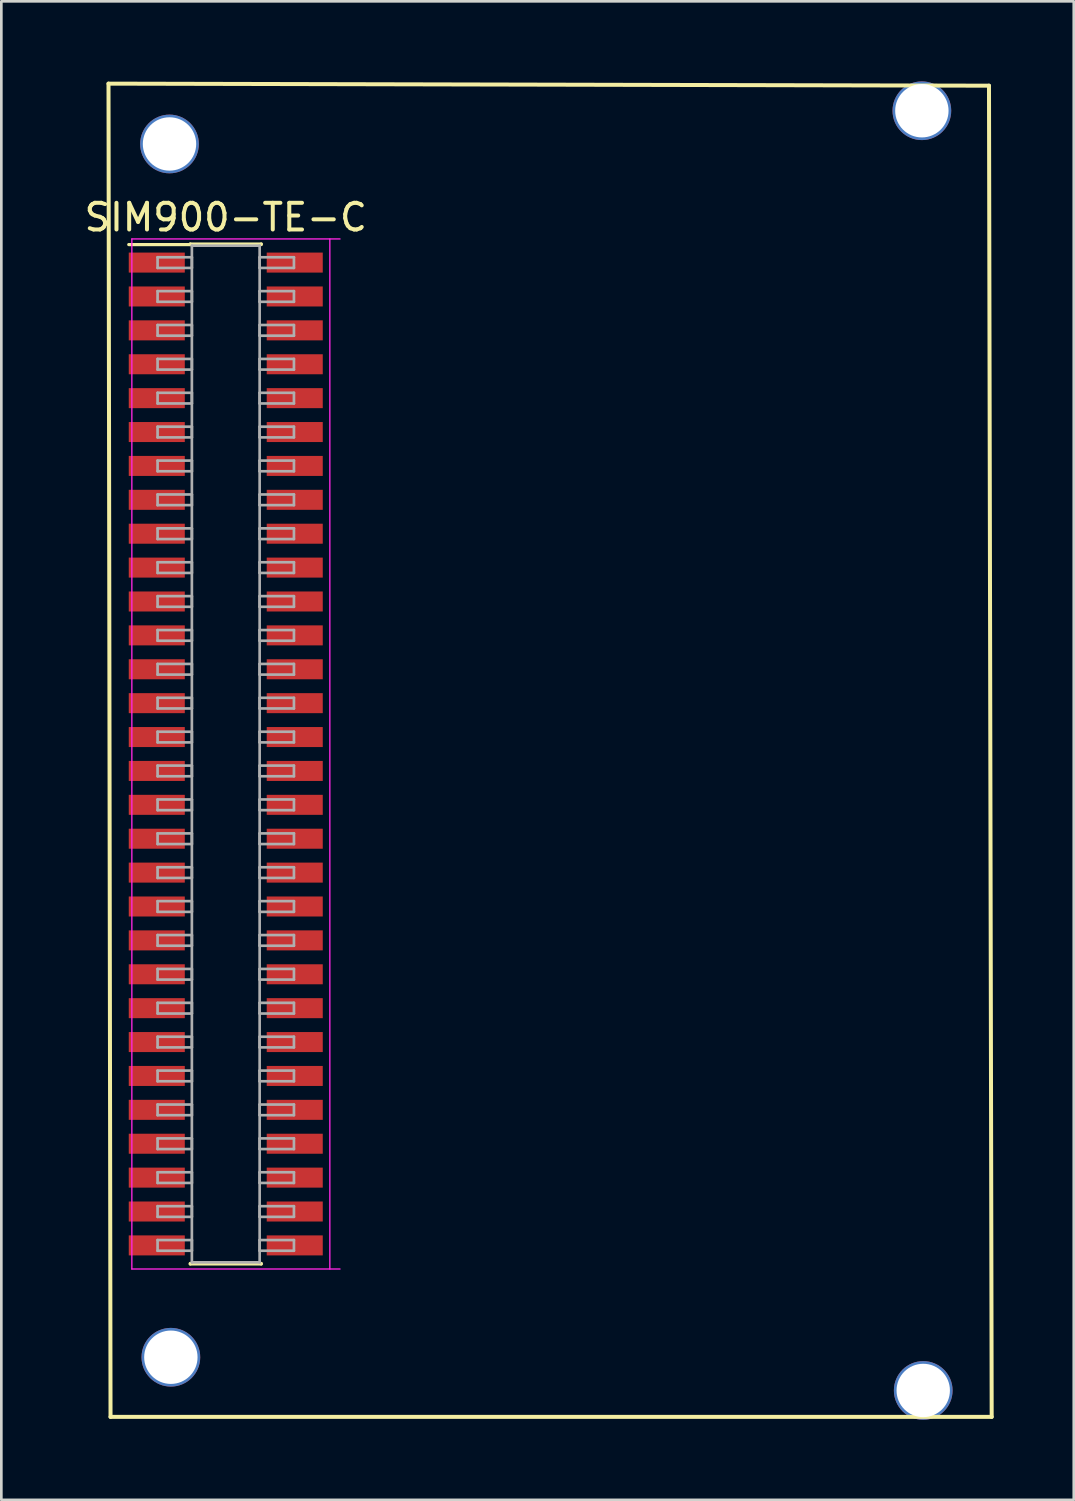
<source format=kicad_pcb>
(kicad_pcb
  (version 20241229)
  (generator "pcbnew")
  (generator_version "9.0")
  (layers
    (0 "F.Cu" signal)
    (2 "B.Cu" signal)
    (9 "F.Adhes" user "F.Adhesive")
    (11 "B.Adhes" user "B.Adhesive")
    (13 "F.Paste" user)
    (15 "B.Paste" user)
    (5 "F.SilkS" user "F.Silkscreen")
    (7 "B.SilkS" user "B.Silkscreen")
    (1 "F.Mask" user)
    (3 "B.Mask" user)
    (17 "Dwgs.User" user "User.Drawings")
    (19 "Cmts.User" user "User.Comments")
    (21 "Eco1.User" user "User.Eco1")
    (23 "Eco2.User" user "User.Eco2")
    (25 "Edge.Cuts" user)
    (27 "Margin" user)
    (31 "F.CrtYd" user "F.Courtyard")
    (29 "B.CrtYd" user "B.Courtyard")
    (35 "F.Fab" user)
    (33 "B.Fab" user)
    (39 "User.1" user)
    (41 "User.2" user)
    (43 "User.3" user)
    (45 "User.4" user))
  (footprint "SIM900-TE-C"
    (layer "F.Cu")
    (at 7.29 21.522)
    (property "Reference" "SIM900-TE-C" (at -1.88 -16.427 0) (layer "F.SilkS") (effects (font (size 1 1) (thickness 0.15))))
    (attr smd)
    (fp_line (start -6.274 -21.438) (end 26.721 -21.361) (stroke (width 0.15) (type solid)) (layer "F.SilkS"))
    (fp_line (start -6.198 28.524) (end -6.274 -21.438) (stroke (width 0.15) (type solid)) (layer "F.SilkS"))
    (fp_line (start -5.515 -15.407) (end -3.21 -15.407) (stroke (width 0.12) (type solid)) (layer "F.SilkS"))
    (fp_line (start -3.21 -15.427) (end -0.55 -15.427) (stroke (width 0.12) (type solid)) (layer "F.SilkS"))
    (fp_line (start -3.21 -15.407) (end -3.21 -15.427) (stroke (width 0.12) (type solid)) (layer "F.SilkS"))
    (fp_line (start -3.21 22.773) (end -3.21 22.793) (stroke (width 0.12) (type solid)) (layer "F.SilkS"))
    (fp_line (start -3.21 22.793) (end -0.55 22.793) (stroke (width 0.12) (type solid)) (layer "F.SilkS"))
    (fp_line (start -0.55 -15.427) (end -0.55 -15.407) (stroke (width 0.12) (type solid)) (layer "F.SilkS"))
    (fp_line (start -0.55 22.793) (end -0.55 22.773) (stroke (width 0.12) (type solid)) (layer "F.SilkS"))
    (fp_line (start 26.721 -21.361) (end 26.822 28.524) (stroke (width 0.15) (type solid)) (layer "F.SilkS"))
    (fp_line (start 26.822 28.524) (end -6.198 28.524) (stroke (width 0.15) (type solid)) (layer "F.SilkS"))
    (fp_line (start -5.399 -15.617) (end -5.399 22.983) (stroke (width 0.05) (type solid)) (layer "F.CrtYd"))
    (fp_line (start -5.399 22.983) (end 2.401 22.983) (stroke (width 0.05) (type solid)) (layer "F.CrtYd"))
    (fp_line (start 2.02 22.983) (end 2.02 -15.617) (stroke (width 0.05) (type solid)) (layer "F.CrtYd"))
    (fp_line (start 2.401 -15.617) (end -5.399 -15.617) (stroke (width 0.05) (type solid)) (layer "F.CrtYd"))
    (fp_line (start -4.435 -14.932) (end -3.15 -14.932) (stroke (width 0.1) (type solid)) (layer "F.Fab"))
    (fp_line (start -4.435 -14.532) (end -4.435 -14.932) (stroke (width 0.1) (type solid)) (layer "F.Fab"))
    (fp_line (start -4.435 -13.662) (end -3.15 -13.662) (stroke (width 0.1) (type solid)) (layer "F.Fab"))
    (fp_line (start -4.435 -13.262) (end -4.435 -13.662) (stroke (width 0.1) (type solid)) (layer "F.Fab"))
    (fp_line (start -4.435 -12.392) (end -3.15 -12.392) (stroke (width 0.1) (type solid)) (layer "F.Fab"))
    (fp_line (start -4.435 -11.992) (end -4.435 -12.392) (stroke (width 0.1) (type solid)) (layer "F.Fab"))
    (fp_line (start -4.435 -11.122) (end -3.15 -11.122) (stroke (width 0.1) (type solid)) (layer "F.Fab"))
    (fp_line (start -4.435 -10.722) (end -4.435 -11.122) (stroke (width 0.1) (type solid)) (layer "F.Fab"))
    (fp_line (start -4.435 -9.852) (end -3.15 -9.852) (stroke (width 0.1) (type solid)) (layer "F.Fab"))
    (fp_line (start -4.435 -9.452) (end -4.435 -9.852) (stroke (width 0.1) (type solid)) (layer "F.Fab"))
    (fp_line (start -4.435 -8.582) (end -3.15 -8.582) (stroke (width 0.1) (type solid)) (layer "F.Fab"))
    (fp_line (start -4.435 -8.182) (end -4.435 -8.582) (stroke (width 0.1) (type solid)) (layer "F.Fab"))
    (fp_line (start -4.435 -7.312) (end -3.15 -7.312) (stroke (width 0.1) (type solid)) (layer "F.Fab"))
    (fp_line (start -4.435 -6.912) (end -4.435 -7.312) (stroke (width 0.1) (type solid)) (layer "F.Fab"))
    (fp_line (start -4.435 -6.042) (end -3.15 -6.042) (stroke (width 0.1) (type solid)) (layer "F.Fab"))
    (fp_line (start -4.435 -5.642) (end -4.435 -6.042) (stroke (width 0.1) (type solid)) (layer "F.Fab"))
    (fp_line (start -4.435 -4.772) (end -3.15 -4.772) (stroke (width 0.1) (type solid)) (layer "F.Fab"))
    (fp_line (start -4.435 -4.372) (end -4.435 -4.772) (stroke (width 0.1) (type solid)) (layer "F.Fab"))
    (fp_line (start -4.435 -3.502) (end -3.15 -3.502) (stroke (width 0.1) (type solid)) (layer "F.Fab"))
    (fp_line (start -4.435 -3.102) (end -4.435 -3.502) (stroke (width 0.1) (type solid)) (layer "F.Fab"))
    (fp_line (start -4.435 -2.232) (end -3.15 -2.232) (stroke (width 0.1) (type solid)) (layer "F.Fab"))
    (fp_line (start -4.435 -1.832) (end -4.435 -2.232) (stroke (width 0.1) (type solid)) (layer "F.Fab"))
    (fp_line (start -4.435 -0.962) (end -3.15 -0.962) (stroke (width 0.1) (type solid)) (layer "F.Fab"))
    (fp_line (start -4.435 -0.562) (end -4.435 -0.962) (stroke (width 0.1) (type solid)) (layer "F.Fab"))
    (fp_line (start -4.435 0.308) (end -3.15 0.308) (stroke (width 0.1) (type solid)) (layer "F.Fab"))
    (fp_line (start -4.435 0.708) (end -4.435 0.308) (stroke (width 0.1) (type solid)) (layer "F.Fab"))
    (fp_line (start -4.435 1.578) (end -3.15 1.578) (stroke (width 0.1) (type solid)) (layer "F.Fab"))
    (fp_line (start -4.435 1.978) (end -4.435 1.578) (stroke (width 0.1) (type solid)) (layer "F.Fab"))
    (fp_line (start -4.435 2.848) (end -3.15 2.848) (stroke (width 0.1) (type solid)) (layer "F.Fab"))
    (fp_line (start -4.435 3.248) (end -4.435 2.848) (stroke (width 0.1) (type solid)) (layer "F.Fab"))
    (fp_line (start -4.435 4.118) (end -3.15 4.118) (stroke (width 0.1) (type solid)) (layer "F.Fab"))
    (fp_line (start -4.435 4.518) (end -4.435 4.118) (stroke (width 0.1) (type solid)) (layer "F.Fab"))
    (fp_line (start -4.435 5.388) (end -3.15 5.388) (stroke (width 0.1) (type solid)) (layer "F.Fab"))
    (fp_line (start -4.435 5.788) (end -4.435 5.388) (stroke (width 0.1) (type solid)) (layer "F.Fab"))
    (fp_line (start -4.435 6.658) (end -3.15 6.658) (stroke (width 0.1) (type solid)) (layer "F.Fab"))
    (fp_line (start -4.435 7.058) (end -4.435 6.658) (stroke (width 0.1) (type solid)) (layer "F.Fab"))
    (fp_line (start -4.435 7.928) (end -3.15 7.928) (stroke (width 0.1) (type solid)) (layer "F.Fab"))
    (fp_line (start -4.435 8.328) (end -4.435 7.928) (stroke (width 0.1) (type solid)) (layer "F.Fab"))
    (fp_line (start -4.435 9.198) (end -3.15 9.198) (stroke (width 0.1) (type solid)) (layer "F.Fab"))
    (fp_line (start -4.435 9.598) (end -4.435 9.198) (stroke (width 0.1) (type solid)) (layer "F.Fab"))
    (fp_line (start -4.435 10.468) (end -3.15 10.468) (stroke (width 0.1) (type solid)) (layer "F.Fab"))
    (fp_line (start -4.435 10.868) (end -4.435 10.468) (stroke (width 0.1) (type solid)) (layer "F.Fab"))
    (fp_line (start -4.435 11.738) (end -3.15 11.738) (stroke (width 0.1) (type solid)) (layer "F.Fab"))
    (fp_line (start -4.435 12.138) (end -4.435 11.738) (stroke (width 0.1) (type solid)) (layer "F.Fab"))
    (fp_line (start -4.435 13.008) (end -3.15 13.008) (stroke (width 0.1) (type solid)) (layer "F.Fab"))
    (fp_line (start -4.435 13.408) (end -4.435 13.008) (stroke (width 0.1) (type solid)) (layer "F.Fab"))
    (fp_line (start -4.435 14.278) (end -3.15 14.278) (stroke (width 0.1) (type solid)) (layer "F.Fab"))
    (fp_line (start -4.435 14.678) (end -4.435 14.278) (stroke (width 0.1) (type solid)) (layer "F.Fab"))
    (fp_line (start -4.435 15.548) (end -3.15 15.548) (stroke (width 0.1) (type solid)) (layer "F.Fab"))
    (fp_line (start -4.435 15.948) (end -4.435 15.548) (stroke (width 0.1) (type solid)) (layer "F.Fab"))
    (fp_line (start -4.435 16.818) (end -3.15 16.818) (stroke (width 0.1) (type solid)) (layer "F.Fab"))
    (fp_line (start -4.435 17.218) (end -4.435 16.818) (stroke (width 0.1) (type solid)) (layer "F.Fab"))
    (fp_line (start -4.435 18.088) (end -3.15 18.088) (stroke (width 0.1) (type solid)) (layer "F.Fab"))
    (fp_line (start -4.435 18.488) (end -4.435 18.088) (stroke (width 0.1) (type solid)) (layer "F.Fab"))
    (fp_line (start -4.435 19.358) (end -3.15 19.358) (stroke (width 0.1) (type solid)) (layer "F.Fab"))
    (fp_line (start -4.435 19.758) (end -4.435 19.358) (stroke (width 0.1) (type solid)) (layer "F.Fab"))
    (fp_line (start -4.435 20.628) (end -3.15 20.628) (stroke (width 0.1) (type solid)) (layer "F.Fab"))
    (fp_line (start -4.435 21.028) (end -4.435 20.628) (stroke (width 0.1) (type solid)) (layer "F.Fab"))
    (fp_line (start -4.435 21.898) (end -3.15 21.898) (stroke (width 0.1) (type solid)) (layer "F.Fab"))
    (fp_line (start -4.435 22.298) (end -4.435 21.898) (stroke (width 0.1) (type solid)) (layer "F.Fab"))
    (fp_line (start -3.15 -15.367) (end -3.15 22.733) (stroke (width 0.1) (type solid)) (layer "F.Fab"))
    (fp_line (start -3.15 -14.932) (end -3.15 -14.532) (stroke (width 0.1) (type solid)) (layer "F.Fab"))
    (fp_line (start -3.15 -14.532) (end -4.435 -14.532) (stroke (width 0.1) (type solid)) (layer "F.Fab"))
    (fp_line (start -3.15 -13.662) (end -3.15 -13.262) (stroke (width 0.1) (type solid)) (layer "F.Fab"))
    (fp_line (start -3.15 -13.262) (end -4.435 -13.262) (stroke (width 0.1) (type solid)) (layer "F.Fab"))
    (fp_line (start -3.15 -12.392) (end -3.15 -11.992) (stroke (width 0.1) (type solid)) (layer "F.Fab"))
    (fp_line (start -3.15 -11.992) (end -4.435 -11.992) (stroke (width 0.1) (type solid)) (layer "F.Fab"))
    (fp_line (start -3.15 -11.122) (end -3.15 -10.722) (stroke (width 0.1) (type solid)) (layer "F.Fab"))
    (fp_line (start -3.15 -10.722) (end -4.435 -10.722) (stroke (width 0.1) (type solid)) (layer "F.Fab"))
    (fp_line (start -3.15 -9.852) (end -3.15 -9.452) (stroke (width 0.1) (type solid)) (layer "F.Fab"))
    (fp_line (start -3.15 -9.452) (end -4.435 -9.452) (stroke (width 0.1) (type solid)) (layer "F.Fab"))
    (fp_line (start -3.15 -8.582) (end -3.15 -8.182) (stroke (width 0.1) (type solid)) (layer "F.Fab"))
    (fp_line (start -3.15 -8.182) (end -4.435 -8.182) (stroke (width 0.1) (type solid)) (layer "F.Fab"))
    (fp_line (start -3.15 -7.312) (end -3.15 -6.912) (stroke (width 0.1) (type solid)) (layer "F.Fab"))
    (fp_line (start -3.15 -6.912) (end -4.435 -6.912) (stroke (width 0.1) (type solid)) (layer "F.Fab"))
    (fp_line (start -3.15 -6.042) (end -3.15 -5.642) (stroke (width 0.1) (type solid)) (layer "F.Fab"))
    (fp_line (start -3.15 -5.642) (end -4.435 -5.642) (stroke (width 0.1) (type solid)) (layer "F.Fab"))
    (fp_line (start -3.15 -4.772) (end -3.15 -4.372) (stroke (width 0.1) (type solid)) (layer "F.Fab"))
    (fp_line (start -3.15 -4.372) (end -4.435 -4.372) (stroke (width 0.1) (type solid)) (layer "F.Fab"))
    (fp_line (start -3.15 -3.502) (end -3.15 -3.102) (stroke (width 0.1) (type solid)) (layer "F.Fab"))
    (fp_line (start -3.15 -3.102) (end -4.435 -3.102) (stroke (width 0.1) (type solid)) (layer "F.Fab"))
    (fp_line (start -3.15 -2.232) (end -3.15 -1.832) (stroke (width 0.1) (type solid)) (layer "F.Fab"))
    (fp_line (start -3.15 -1.832) (end -4.435 -1.832) (stroke (width 0.1) (type solid)) (layer "F.Fab"))
    (fp_line (start -3.15 -0.962) (end -3.15 -0.562) (stroke (width 0.1) (type solid)) (layer "F.Fab"))
    (fp_line (start -3.15 -0.562) (end -4.435 -0.562) (stroke (width 0.1) (type solid)) (layer "F.Fab"))
    (fp_line (start -3.15 0.308) (end -3.15 0.708) (stroke (width 0.1) (type solid)) (layer "F.Fab"))
    (fp_line (start -3.15 0.708) (end -4.435 0.708) (stroke (width 0.1) (type solid)) (layer "F.Fab"))
    (fp_line (start -3.15 1.578) (end -3.15 1.978) (stroke (width 0.1) (type solid)) (layer "F.Fab"))
    (fp_line (start -3.15 1.978) (end -4.435 1.978) (stroke (width 0.1) (type solid)) (layer "F.Fab"))
    (fp_line (start -3.15 2.848) (end -3.15 3.248) (stroke (width 0.1) (type solid)) (layer "F.Fab"))
    (fp_line (start -3.15 3.248) (end -4.435 3.248) (stroke (width 0.1) (type solid)) (layer "F.Fab"))
    (fp_line (start -3.15 4.118) (end -3.15 4.518) (stroke (width 0.1) (type solid)) (layer "F.Fab"))
    (fp_line (start -3.15 4.518) (end -4.435 4.518) (stroke (width 0.1) (type solid)) (layer "F.Fab"))
    (fp_line (start -3.15 5.388) (end -3.15 5.788) (stroke (width 0.1) (type solid)) (layer "F.Fab"))
    (fp_line (start -3.15 5.788) (end -4.435 5.788) (stroke (width 0.1) (type solid)) (layer "F.Fab"))
    (fp_line (start -3.15 6.658) (end -3.15 7.058) (stroke (width 0.1) (type solid)) (layer "F.Fab"))
    (fp_line (start -3.15 7.058) (end -4.435 7.058) (stroke (width 0.1) (type solid)) (layer "F.Fab"))
    (fp_line (start -3.15 7.928) (end -3.15 8.328) (stroke (width 0.1) (type solid)) (layer "F.Fab"))
    (fp_line (start -3.15 8.328) (end -4.435 8.328) (stroke (width 0.1) (type solid)) (layer "F.Fab"))
    (fp_line (start -3.15 9.198) (end -3.15 9.598) (stroke (width 0.1) (type solid)) (layer "F.Fab"))
    (fp_line (start -3.15 9.598) (end -4.435 9.598) (stroke (width 0.1) (type solid)) (layer "F.Fab"))
    (fp_line (start -3.15 10.468) (end -3.15 10.868) (stroke (width 0.1) (type solid)) (layer "F.Fab"))
    (fp_line (start -3.15 10.868) (end -4.435 10.868) (stroke (width 0.1) (type solid)) (layer "F.Fab"))
    (fp_line (start -3.15 11.738) (end -3.15 12.138) (stroke (width 0.1) (type solid)) (layer "F.Fab"))
    (fp_line (start -3.15 12.138) (end -4.435 12.138) (stroke (width 0.1) (type solid)) (layer "F.Fab"))
    (fp_line (start -3.15 13.008) (end -3.15 13.408) (stroke (width 0.1) (type solid)) (layer "F.Fab"))
    (fp_line (start -3.15 13.408) (end -4.435 13.408) (stroke (width 0.1) (type solid)) (layer "F.Fab"))
    (fp_line (start -3.15 14.278) (end -3.15 14.678) (stroke (width 0.1) (type solid)) (layer "F.Fab"))
    (fp_line (start -3.15 14.678) (end -4.435 14.678) (stroke (width 0.1) (type solid)) (layer "F.Fab"))
    (fp_line (start -3.15 15.548) (end -3.15 15.948) (stroke (width 0.1) (type solid)) (layer "F.Fab"))
    (fp_line (start -3.15 15.948) (end -4.435 15.948) (stroke (width 0.1) (type solid)) (layer "F.Fab"))
    (fp_line (start -3.15 16.818) (end -3.15 17.218) (stroke (width 0.1) (type solid)) (layer "F.Fab"))
    (fp_line (start -3.15 17.218) (end -4.435 17.218) (stroke (width 0.1) (type solid)) (layer "F.Fab"))
    (fp_line (start -3.15 18.088) (end -3.15 18.488) (stroke (width 0.1) (type solid)) (layer "F.Fab"))
    (fp_line (start -3.15 18.488) (end -4.435 18.488) (stroke (width 0.1) (type solid)) (layer "F.Fab"))
    (fp_line (start -3.15 19.358) (end -3.15 19.758) (stroke (width 0.1) (type solid)) (layer "F.Fab"))
    (fp_line (start -3.15 19.758) (end -4.435 19.758) (stroke (width 0.1) (type solid)) (layer "F.Fab"))
    (fp_line (start -3.15 20.628) (end -3.15 21.028) (stroke (width 0.1) (type solid)) (layer "F.Fab"))
    (fp_line (start -3.15 21.028) (end -4.435 21.028) (stroke (width 0.1) (type solid)) (layer "F.Fab"))
    (fp_line (start -3.15 21.898) (end -3.15 22.298) (stroke (width 0.1) (type solid)) (layer "F.Fab"))
    (fp_line (start -3.15 22.298) (end -4.435 22.298) (stroke (width 0.1) (type solid)) (layer "F.Fab"))
    (fp_line (start -3.15 22.733) (end -0.61 22.733) (stroke (width 0.1) (type solid)) (layer "F.Fab"))
    (fp_line (start -0.61 -15.367) (end -3.15 -15.367) (stroke (width 0.1) (type solid)) (layer "F.Fab"))
    (fp_line (start -0.61 -14.932) (end -0.61 -14.532) (stroke (width 0.1) (type solid)) (layer "F.Fab"))
    (fp_line (start -0.61 -14.532) (end 0.675 -14.532) (stroke (width 0.1) (type solid)) (layer "F.Fab"))
    (fp_line (start -0.61 -13.662) (end -0.61 -13.262) (stroke (width 0.1) (type solid)) (layer "F.Fab"))
    (fp_line (start -0.61 -13.262) (end 0.675 -13.262) (stroke (width 0.1) (type solid)) (layer "F.Fab"))
    (fp_line (start -0.61 -12.392) (end -0.61 -11.992) (stroke (width 0.1) (type solid)) (layer "F.Fab"))
    (fp_line (start -0.61 -11.992) (end 0.675 -11.992) (stroke (width 0.1) (type solid)) (layer "F.Fab"))
    (fp_line (start -0.61 -11.122) (end -0.61 -10.722) (stroke (width 0.1) (type solid)) (layer "F.Fab"))
    (fp_line (start -0.61 -10.722) (end 0.675 -10.722) (stroke (width 0.1) (type solid)) (layer "F.Fab"))
    (fp_line (start -0.61 -9.852) (end -0.61 -9.452) (stroke (width 0.1) (type solid)) (layer "F.Fab"))
    (fp_line (start -0.61 -9.452) (end 0.675 -9.452) (stroke (width 0.1) (type solid)) (layer "F.Fab"))
    (fp_line (start -0.61 -8.582) (end -0.61 -8.182) (stroke (width 0.1) (type solid)) (layer "F.Fab"))
    (fp_line (start -0.61 -8.182) (end 0.675 -8.182) (stroke (width 0.1) (type solid)) (layer "F.Fab"))
    (fp_line (start -0.61 -7.312) (end -0.61 -6.912) (stroke (width 0.1) (type solid)) (layer "F.Fab"))
    (fp_line (start -0.61 -6.912) (end 0.675 -6.912) (stroke (width 0.1) (type solid)) (layer "F.Fab"))
    (fp_line (start -0.61 -6.042) (end -0.61 -5.642) (stroke (width 0.1) (type solid)) (layer "F.Fab"))
    (fp_line (start -0.61 -5.642) (end 0.675 -5.642) (stroke (width 0.1) (type solid)) (layer "F.Fab"))
    (fp_line (start -0.61 -4.772) (end -0.61 -4.372) (stroke (width 0.1) (type solid)) (layer "F.Fab"))
    (fp_line (start -0.61 -4.372) (end 0.675 -4.372) (stroke (width 0.1) (type solid)) (layer "F.Fab"))
    (fp_line (start -0.61 -3.502) (end -0.61 -3.102) (stroke (width 0.1) (type solid)) (layer "F.Fab"))
    (fp_line (start -0.61 -3.102) (end 0.675 -3.102) (stroke (width 0.1) (type solid)) (layer "F.Fab"))
    (fp_line (start -0.61 -2.232) (end -0.61 -1.832) (stroke (width 0.1) (type solid)) (layer "F.Fab"))
    (fp_line (start -0.61 -1.832) (end 0.675 -1.832) (stroke (width 0.1) (type solid)) (layer "F.Fab"))
    (fp_line (start -0.61 -0.962) (end -0.61 -0.562) (stroke (width 0.1) (type solid)) (layer "F.Fab"))
    (fp_line (start -0.61 -0.562) (end 0.675 -0.562) (stroke (width 0.1) (type solid)) (layer "F.Fab"))
    (fp_line (start -0.61 0.308) (end -0.61 0.708) (stroke (width 0.1) (type solid)) (layer "F.Fab"))
    (fp_line (start -0.61 0.708) (end 0.675 0.708) (stroke (width 0.1) (type solid)) (layer "F.Fab"))
    (fp_line (start -0.61 1.578) (end -0.61 1.978) (stroke (width 0.1) (type solid)) (layer "F.Fab"))
    (fp_line (start -0.61 1.978) (end 0.675 1.978) (stroke (width 0.1) (type solid)) (layer "F.Fab"))
    (fp_line (start -0.61 2.848) (end -0.61 3.248) (stroke (width 0.1) (type solid)) (layer "F.Fab"))
    (fp_line (start -0.61 3.248) (end 0.675 3.248) (stroke (width 0.1) (type solid)) (layer "F.Fab"))
    (fp_line (start -0.61 4.118) (end -0.61 4.518) (stroke (width 0.1) (type solid)) (layer "F.Fab"))
    (fp_line (start -0.61 4.518) (end 0.675 4.518) (stroke (width 0.1) (type solid)) (layer "F.Fab"))
    (fp_line (start -0.61 5.388) (end -0.61 5.788) (stroke (width 0.1) (type solid)) (layer "F.Fab"))
    (fp_line (start -0.61 5.788) (end 0.675 5.788) (stroke (width 0.1) (type solid)) (layer "F.Fab"))
    (fp_line (start -0.61 6.658) (end -0.61 7.058) (stroke (width 0.1) (type solid)) (layer "F.Fab"))
    (fp_line (start -0.61 7.058) (end 0.675 7.058) (stroke (width 0.1) (type solid)) (layer "F.Fab"))
    (fp_line (start -0.61 7.928) (end -0.61 8.328) (stroke (width 0.1) (type solid)) (layer "F.Fab"))
    (fp_line (start -0.61 8.328) (end 0.675 8.328) (stroke (width 0.1) (type solid)) (layer "F.Fab"))
    (fp_line (start -0.61 9.198) (end -0.61 9.598) (stroke (width 0.1) (type solid)) (layer "F.Fab"))
    (fp_line (start -0.61 9.598) (end 0.675 9.598) (stroke (width 0.1) (type solid)) (layer "F.Fab"))
    (fp_line (start -0.61 10.468) (end -0.61 10.868) (stroke (width 0.1) (type solid)) (layer "F.Fab"))
    (fp_line (start -0.61 10.868) (end 0.675 10.868) (stroke (width 0.1) (type solid)) (layer "F.Fab"))
    (fp_line (start -0.61 11.738) (end -0.61 12.138) (stroke (width 0.1) (type solid)) (layer "F.Fab"))
    (fp_line (start -0.61 12.138) (end 0.675 12.138) (stroke (width 0.1) (type solid)) (layer "F.Fab"))
    (fp_line (start -0.61 13.008) (end -0.61 13.408) (stroke (width 0.1) (type solid)) (layer "F.Fab"))
    (fp_line (start -0.61 13.408) (end 0.675 13.408) (stroke (width 0.1) (type solid)) (layer "F.Fab"))
    (fp_line (start -0.61 14.278) (end -0.61 14.678) (stroke (width 0.1) (type solid)) (layer "F.Fab"))
    (fp_line (start -0.61 14.678) (end 0.675 14.678) (stroke (width 0.1) (type solid)) (layer "F.Fab"))
    (fp_line (start -0.61 15.548) (end -0.61 15.948) (stroke (width 0.1) (type solid)) (layer "F.Fab"))
    (fp_line (start -0.61 15.948) (end 0.675 15.948) (stroke (width 0.1) (type solid)) (layer "F.Fab"))
    (fp_line (start -0.61 16.818) (end -0.61 17.218) (stroke (width 0.1) (type solid)) (layer "F.Fab"))
    (fp_line (start -0.61 17.218) (end 0.675 17.218) (stroke (width 0.1) (type solid)) (layer "F.Fab"))
    (fp_line (start -0.61 18.088) (end -0.61 18.488) (stroke (width 0.1) (type solid)) (layer "F.Fab"))
    (fp_line (start -0.61 18.488) (end 0.675 18.488) (stroke (width 0.1) (type solid)) (layer "F.Fab"))
    (fp_line (start -0.61 19.358) (end -0.61 19.758) (stroke (width 0.1) (type solid)) (layer "F.Fab"))
    (fp_line (start -0.61 19.758) (end 0.675 19.758) (stroke (width 0.1) (type solid)) (layer "F.Fab"))
    (fp_line (start -0.61 20.628) (end -0.61 21.028) (stroke (width 0.1) (type solid)) (layer "F.Fab"))
    (fp_line (start -0.61 21.028) (end 0.675 21.028) (stroke (width 0.1) (type solid)) (layer "F.Fab"))
    (fp_line (start -0.61 21.898) (end -0.61 22.298) (stroke (width 0.1) (type solid)) (layer "F.Fab"))
    (fp_line (start -0.61 22.298) (end 0.675 22.298) (stroke (width 0.1) (type solid)) (layer "F.Fab"))
    (fp_line (start -0.61 22.733) (end -0.61 -15.367) (stroke (width 0.1) (type solid)) (layer "F.Fab"))
    (fp_line (start 0.675 -14.932) (end -0.61 -14.932) (stroke (width 0.1) (type solid)) (layer "F.Fab"))
    (fp_line (start 0.675 -14.532) (end 0.675 -14.932) (stroke (width 0.1) (type solid)) (layer "F.Fab"))
    (fp_line (start 0.675 -13.662) (end -0.61 -13.662) (stroke (width 0.1) (type solid)) (layer "F.Fab"))
    (fp_line (start 0.675 -13.262) (end 0.675 -13.662) (stroke (width 0.1) (type solid)) (layer "F.Fab"))
    (fp_line (start 0.675 -12.392) (end -0.61 -12.392) (stroke (width 0.1) (type solid)) (layer "F.Fab"))
    (fp_line (start 0.675 -11.992) (end 0.675 -12.392) (stroke (width 0.1) (type solid)) (layer "F.Fab"))
    (fp_line (start 0.675 -11.122) (end -0.61 -11.122) (stroke (width 0.1) (type solid)) (layer "F.Fab"))
    (fp_line (start 0.675 -10.722) (end 0.675 -11.122) (stroke (width 0.1) (type solid)) (layer "F.Fab"))
    (fp_line (start 0.675 -9.852) (end -0.61 -9.852) (stroke (width 0.1) (type solid)) (layer "F.Fab"))
    (fp_line (start 0.675 -9.452) (end 0.675 -9.852) (stroke (width 0.1) (type solid)) (layer "F.Fab"))
    (fp_line (start 0.675 -8.582) (end -0.61 -8.582) (stroke (width 0.1) (type solid)) (layer "F.Fab"))
    (fp_line (start 0.675 -8.182) (end 0.675 -8.582) (stroke (width 0.1) (type solid)) (layer "F.Fab"))
    (fp_line (start 0.675 -7.312) (end -0.61 -7.312) (stroke (width 0.1) (type solid)) (layer "F.Fab"))
    (fp_line (start 0.675 -6.912) (end 0.675 -7.312) (stroke (width 0.1) (type solid)) (layer "F.Fab"))
    (fp_line (start 0.675 -6.042) (end -0.61 -6.042) (stroke (width 0.1) (type solid)) (layer "F.Fab"))
    (fp_line (start 0.675 -5.642) (end 0.675 -6.042) (stroke (width 0.1) (type solid)) (layer "F.Fab"))
    (fp_line (start 0.675 -4.772) (end -0.61 -4.772) (stroke (width 0.1) (type solid)) (layer "F.Fab"))
    (fp_line (start 0.675 -4.372) (end 0.675 -4.772) (stroke (width 0.1) (type solid)) (layer "F.Fab"))
    (fp_line (start 0.675 -3.502) (end -0.61 -3.502) (stroke (width 0.1) (type solid)) (layer "F.Fab"))
    (fp_line (start 0.675 -3.102) (end 0.675 -3.502) (stroke (width 0.1) (type solid)) (layer "F.Fab"))
    (fp_line (start 0.675 -2.232) (end -0.61 -2.232) (stroke (width 0.1) (type solid)) (layer "F.Fab"))
    (fp_line (start 0.675 -1.832) (end 0.675 -2.232) (stroke (width 0.1) (type solid)) (layer "F.Fab"))
    (fp_line (start 0.675 -0.962) (end -0.61 -0.962) (stroke (width 0.1) (type solid)) (layer "F.Fab"))
    (fp_line (start 0.675 -0.562) (end 0.675 -0.962) (stroke (width 0.1) (type solid)) (layer "F.Fab"))
    (fp_line (start 0.675 0.308) (end -0.61 0.308) (stroke (width 0.1) (type solid)) (layer "F.Fab"))
    (fp_line (start 0.675 0.708) (end 0.675 0.308) (stroke (width 0.1) (type solid)) (layer "F.Fab"))
    (fp_line (start 0.675 1.578) (end -0.61 1.578) (stroke (width 0.1) (type solid)) (layer "F.Fab"))
    (fp_line (start 0.675 1.978) (end 0.675 1.578) (stroke (width 0.1) (type solid)) (layer "F.Fab"))
    (fp_line (start 0.675 2.848) (end -0.61 2.848) (stroke (width 0.1) (type solid)) (layer "F.Fab"))
    (fp_line (start 0.675 3.248) (end 0.675 2.848) (stroke (width 0.1) (type solid)) (layer "F.Fab"))
    (fp_line (start 0.675 4.118) (end -0.61 4.118) (stroke (width 0.1) (type solid)) (layer "F.Fab"))
    (fp_line (start 0.675 4.518) (end 0.675 4.118) (stroke (width 0.1) (type solid)) (layer "F.Fab"))
    (fp_line (start 0.675 5.388) (end -0.61 5.388) (stroke (width 0.1) (type solid)) (layer "F.Fab"))
    (fp_line (start 0.675 5.788) (end 0.675 5.388) (stroke (width 0.1) (type solid)) (layer "F.Fab"))
    (fp_line (start 0.675 6.658) (end -0.61 6.658) (stroke (width 0.1) (type solid)) (layer "F.Fab"))
    (fp_line (start 0.675 7.058) (end 0.675 6.658) (stroke (width 0.1) (type solid)) (layer "F.Fab"))
    (fp_line (start 0.675 7.928) (end -0.61 7.928) (stroke (width 0.1) (type solid)) (layer "F.Fab"))
    (fp_line (start 0.675 8.328) (end 0.675 7.928) (stroke (width 0.1) (type solid)) (layer "F.Fab"))
    (fp_line (start 0.675 9.198) (end -0.61 9.198) (stroke (width 0.1) (type solid)) (layer "F.Fab"))
    (fp_line (start 0.675 9.598) (end 0.675 9.198) (stroke (width 0.1) (type solid)) (layer "F.Fab"))
    (fp_line (start 0.675 10.468) (end -0.61 10.468) (stroke (width 0.1) (type solid)) (layer "F.Fab"))
    (fp_line (start 0.675 10.868) (end 0.675 10.468) (stroke (width 0.1) (type solid)) (layer "F.Fab"))
    (fp_line (start 0.675 11.738) (end -0.61 11.738) (stroke (width 0.1) (type solid)) (layer "F.Fab"))
    (fp_line (start 0.675 12.138) (end 0.675 11.738) (stroke (width 0.1) (type solid)) (layer "F.Fab"))
    (fp_line (start 0.675 13.008) (end -0.61 13.008) (stroke (width 0.1) (type solid)) (layer "F.Fab"))
    (fp_line (start 0.675 13.408) (end 0.675 13.008) (stroke (width 0.1) (type solid)) (layer "F.Fab"))
    (fp_line (start 0.675 14.278) (end -0.61 14.278) (stroke (width 0.1) (type solid)) (layer "F.Fab"))
    (fp_line (start 0.675 14.678) (end 0.675 14.278) (stroke (width 0.1) (type solid)) (layer "F.Fab"))
    (fp_line (start 0.675 15.548) (end -0.61 15.548) (stroke (width 0.1) (type solid)) (layer "F.Fab"))
    (fp_line (start 0.675 15.948) (end 0.675 15.548) (stroke (width 0.1) (type solid)) (layer "F.Fab"))
    (fp_line (start 0.675 16.818) (end -0.61 16.818) (stroke (width 0.1) (type solid)) (layer "F.Fab"))
    (fp_line (start 0.675 17.218) (end 0.675 16.818) (stroke (width 0.1) (type solid)) (layer "F.Fab"))
    (fp_line (start 0.675 18.088) (end -0.61 18.088) (stroke (width 0.1) (type solid)) (layer "F.Fab"))
    (fp_line (start 0.675 18.488) (end 0.675 18.088) (stroke (width 0.1) (type solid)) (layer "F.Fab"))
    (fp_line (start 0.675 19.358) (end -0.61 19.358) (stroke (width 0.1) (type solid)) (layer "F.Fab"))
    (fp_line (start 0.675 19.758) (end 0.675 19.358) (stroke (width 0.1) (type solid)) (layer "F.Fab"))
    (fp_line (start 0.675 20.628) (end -0.61 20.628) (stroke (width 0.1) (type solid)) (layer "F.Fab"))
    (fp_line (start 0.675 21.028) (end 0.675 20.628) (stroke (width 0.1) (type solid)) (layer "F.Fab"))
    (fp_line (start 0.675 21.898) (end -0.61 21.898) (stroke (width 0.1) (type solid)) (layer "F.Fab"))
    (fp_line (start 0.675 22.298) (end 0.675 21.898) (stroke (width 0.1) (type solid)) (layer "F.Fab"))
    (pad "" thru_hole circle (at -3.988 -19.177) (size 2.2 2.2) (drill 2) (layers "*.Cu" "*.Mask"))
    (pad "" thru_hole circle (at -3.937 26.289) (size 2.2 2.2) (drill 2) (layers "*.Cu" "*.Mask"))
    (pad "" thru_hole circle (at 24.206 -20.422) (size 2.2 2.2) (drill 2) (layers "*.Cu" "*.Mask"))
    (pad "" thru_hole circle (at 24.257 27.534) (size 2.2 2.2) (drill 2) (layers "*.Cu" "*.Mask"))
    (pad "1" smd rect (at -4.465 -14.732) (size 2.1 0.75) (layers "F.Cu" "F.Mask"))
    (pad "2" smd rect (at 0.705 -14.732) (size 2.1 0.75) (layers "F.Cu" "F.Mask"))
    (pad "3" smd rect (at -4.465 -13.462) (size 2.1 0.75) (layers "F.Cu" "F.Mask"))
    (pad "4" smd rect (at 0.705 -13.462) (size 2.1 0.75) (layers "F.Cu" "F.Mask"))
    (pad "5" smd rect (at -4.465 -12.192) (size 2.1 0.75) (layers "F.Cu" "F.Mask"))
    (pad "6" smd rect (at 0.705 -12.192) (size 2.1 0.75) (layers "F.Cu" "F.Mask"))
    (pad "7" smd rect (at -4.465 -10.922) (size 2.1 0.75) (layers "F.Cu" "F.Mask"))
    (pad "8" smd rect (at 0.705 -10.922) (size 2.1 0.75) (layers "F.Cu" "F.Mask"))
    (pad "9" smd rect (at -4.465 -9.652) (size 2.1 0.75) (layers "F.Cu" "F.Mask"))
    (pad "10" smd rect (at 0.705 -9.652) (size 2.1 0.75) (layers "F.Cu" "F.Mask"))
    (pad "11" smd rect (at -4.465 -8.382) (size 2.1 0.75) (layers "F.Cu" "F.Mask"))
    (pad "12" smd rect (at 0.705 -8.382) (size 2.1 0.75) (layers "F.Cu" "F.Mask"))
    (pad "13" smd rect (at -4.465 -7.112) (size 2.1 0.75) (layers "F.Cu" "F.Mask"))
    (pad "14" smd rect (at 0.705 -7.112) (size 2.1 0.75) (layers "F.Cu" "F.Mask"))
    (pad "15" smd rect (at -4.465 -5.842) (size 2.1 0.75) (layers "F.Cu" "F.Mask"))
    (pad "16" smd rect (at 0.705 -5.842) (size 2.1 0.75) (layers "F.Cu" "F.Mask"))
    (pad "17" smd rect (at -4.465 -4.572) (size 2.1 0.75) (layers "F.Cu" "F.Mask"))
    (pad "18" smd rect (at 0.705 -4.572) (size 2.1 0.75) (layers "F.Cu" "F.Mask"))
    (pad "19" smd rect (at -4.465 -3.302) (size 2.1 0.75) (layers "F.Cu" "F.Mask"))
    (pad "20" smd rect (at 0.705 -3.302) (size 2.1 0.75) (layers "F.Cu" "F.Mask"))
    (pad "21" smd rect (at -4.465 -2.032) (size 2.1 0.75) (layers "F.Cu" "F.Mask"))
    (pad "22" smd rect (at 0.705 -2.032) (size 2.1 0.75) (layers "F.Cu" "F.Mask"))
    (pad "23" smd rect (at -4.465 -0.762) (size 2.1 0.75) (layers "F.Cu" "F.Mask"))
    (pad "24" smd rect (at 0.705 -0.762) (size 2.1 0.75) (layers "F.Cu" "F.Mask"))
    (pad "25" smd rect (at -4.465 0.508) (size 2.1 0.75) (layers "F.Cu" "F.Mask"))
    (pad "26" smd rect (at 0.705 0.508) (size 2.1 0.75) (layers "F.Cu" "F.Mask"))
    (pad "27" smd rect (at -4.465 1.778) (size 2.1 0.75) (layers "F.Cu" "F.Mask"))
    (pad "28" smd rect (at 0.705 1.778) (size 2.1 0.75) (layers "F.Cu" "F.Mask"))
    (pad "29" smd rect (at -4.465 3.048) (size 2.1 0.75) (layers "F.Cu" "F.Mask"))
    (pad "30" smd rect (at 0.705 3.048) (size 2.1 0.75) (layers "F.Cu" "F.Mask"))
    (pad "31" smd rect (at -4.465 4.318) (size 2.1 0.75) (layers "F.Cu" "F.Mask"))
    (pad "32" smd rect (at 0.705 4.318) (size 2.1 0.75) (layers "F.Cu" "F.Mask"))
    (pad "33" smd rect (at -4.465 5.588) (size 2.1 0.75) (layers "F.Cu" "F.Mask"))
    (pad "34" smd rect (at 0.705 5.588) (size 2.1 0.75) (layers "F.Cu" "F.Mask"))
    (pad "35" smd rect (at -4.465 6.858) (size 2.1 0.75) (layers "F.Cu" "F.Mask"))
    (pad "36" smd rect (at 0.705 6.858) (size 2.1 0.75) (layers "F.Cu" "F.Mask"))
    (pad "37" smd rect (at -4.465 8.128) (size 2.1 0.75) (layers "F.Cu" "F.Mask"))
    (pad "38" smd rect (at 0.705 8.128) (size 2.1 0.75) (layers "F.Cu" "F.Mask"))
    (pad "39" smd rect (at -4.465 9.398) (size 2.1 0.75) (layers "F.Cu" "F.Mask"))
    (pad "40" smd rect (at 0.705 9.398) (size 2.1 0.75) (layers "F.Cu" "F.Mask"))
    (pad "41" smd rect (at -4.465 10.668) (size 2.1 0.75) (layers "F.Cu" "F.Mask"))
    (pad "42" smd rect (at 0.705 10.668) (size 2.1 0.75) (layers "F.Cu" "F.Mask"))
    (pad "43" smd rect (at -4.465 11.938) (size 2.1 0.75) (layers "F.Cu" "F.Mask"))
    (pad "44" smd rect (at 0.705 11.938) (size 2.1 0.75) (layers "F.Cu" "F.Mask"))
    (pad "45" smd rect (at -4.465 13.208) (size 2.1 0.75) (layers "F.Cu" "F.Mask"))
    (pad "46" smd rect (at 0.705 13.208) (size 2.1 0.75) (layers "F.Cu" "F.Mask"))
    (pad "47" smd rect (at -4.465 14.478) (size 2.1 0.75) (layers "F.Cu" "F.Mask"))
    (pad "48" smd rect (at 0.705 14.478) (size 2.1 0.75) (layers "F.Cu" "F.Mask"))
    (pad "49" smd rect (at -4.465 15.748) (size 2.1 0.75) (layers "F.Cu" "F.Mask"))
    (pad "50" smd rect (at 0.705 15.748) (size 2.1 0.75) (layers "F.Cu" "F.Mask"))
    (pad "51" smd rect (at -4.465 17.018) (size 2.1 0.75) (layers "F.Cu" "F.Mask"))
    (pad "52" smd rect (at 0.705 17.018) (size 2.1 0.75) (layers "F.Cu" "F.Mask"))
    (pad "53" smd rect (at -4.465 18.288) (size 2.1 0.75) (layers "F.Cu" "F.Mask"))
    (pad "54" smd rect (at 0.705 18.288) (size 2.1 0.75) (layers "F.Cu" "F.Mask"))
    (pad "55" smd rect (at -4.465 19.558) (size 2.1 0.75) (layers "F.Cu" "F.Mask"))
    (pad "56" smd rect (at 0.705 19.558) (size 2.1 0.75) (layers "F.Cu" "F.Mask"))
    (pad "57" smd rect (at -4.465 20.828) (size 2.1 0.75) (layers "F.Cu" "F.Mask"))
    (pad "58" smd rect (at 0.705 20.828) (size 2.1 0.75) (layers "F.Cu" "F.Mask"))
    (pad "59" smd rect (at -4.465 22.098) (size 2.1 0.75) (layers "F.Cu" "F.Mask"))
    (pad "60" smd rect (at 0.705 22.098) (size 2.1 0.75) (layers "F.Cu" "F.Mask")))
  (gr_rect
    (start -3 -3)
    (end 37.188 53.155)
    (stroke (width 0.1) (type default))
    (fill no)
    (layer "Edge.Cuts")))
</source>
